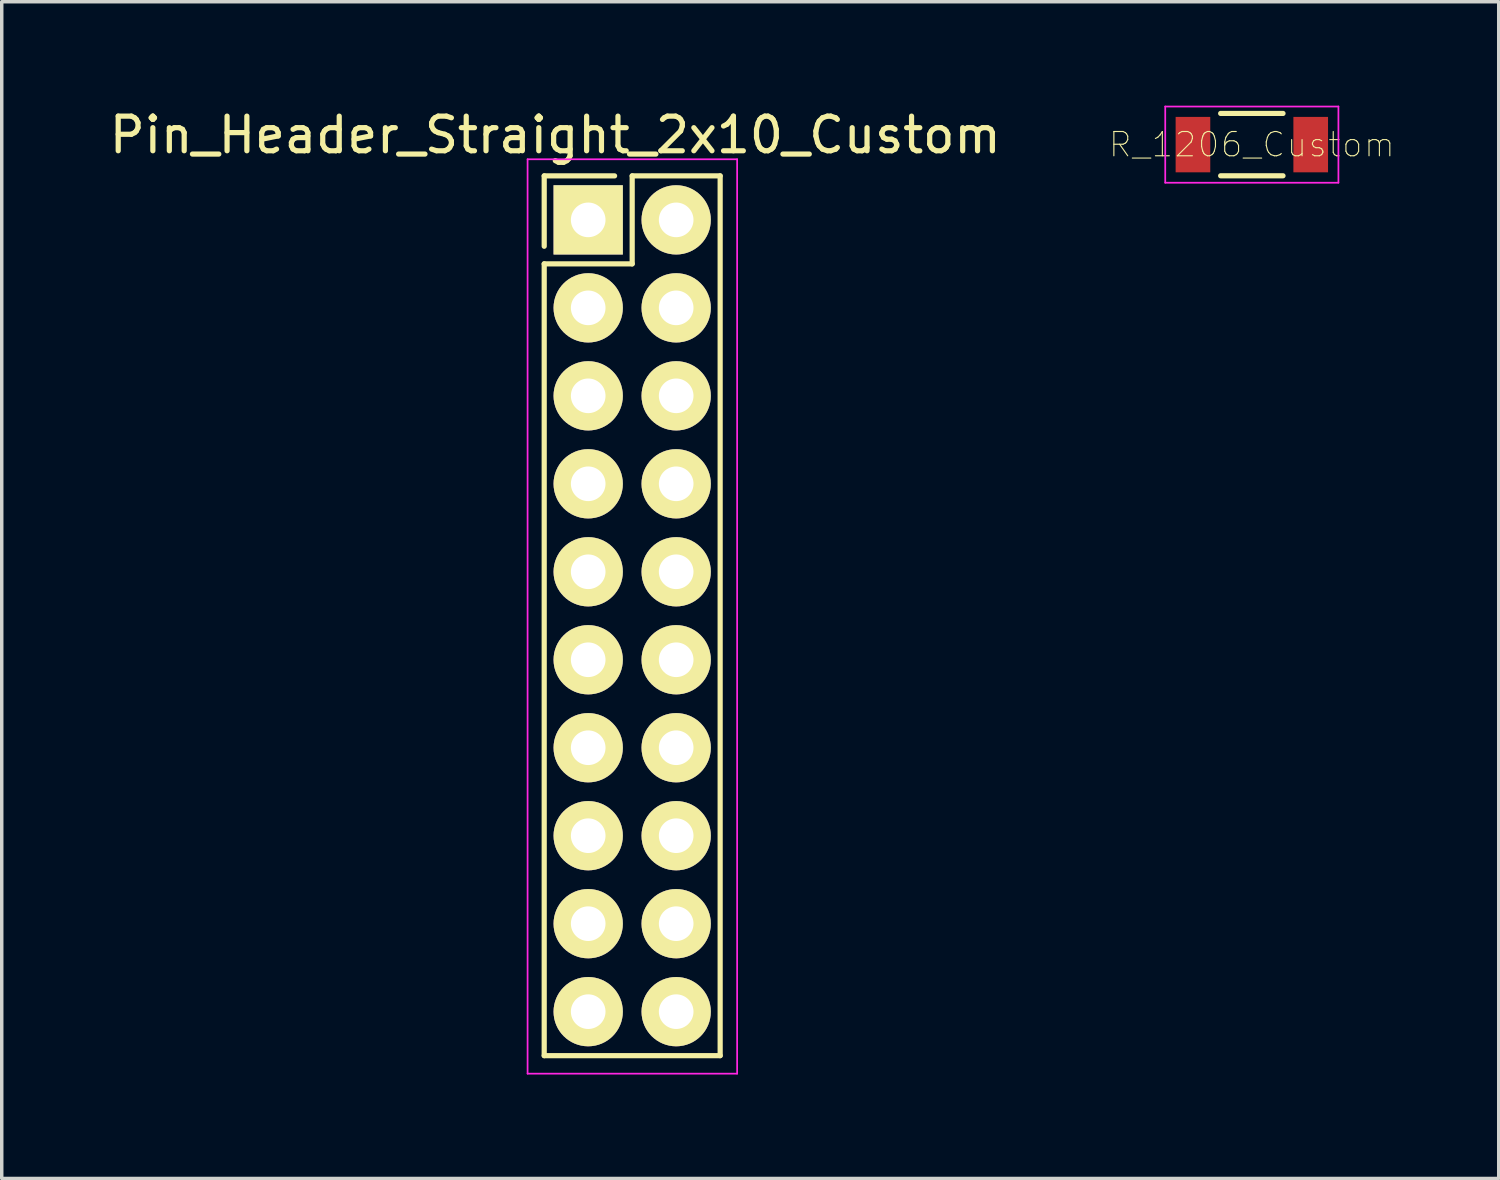
<source format=kicad_pcb>
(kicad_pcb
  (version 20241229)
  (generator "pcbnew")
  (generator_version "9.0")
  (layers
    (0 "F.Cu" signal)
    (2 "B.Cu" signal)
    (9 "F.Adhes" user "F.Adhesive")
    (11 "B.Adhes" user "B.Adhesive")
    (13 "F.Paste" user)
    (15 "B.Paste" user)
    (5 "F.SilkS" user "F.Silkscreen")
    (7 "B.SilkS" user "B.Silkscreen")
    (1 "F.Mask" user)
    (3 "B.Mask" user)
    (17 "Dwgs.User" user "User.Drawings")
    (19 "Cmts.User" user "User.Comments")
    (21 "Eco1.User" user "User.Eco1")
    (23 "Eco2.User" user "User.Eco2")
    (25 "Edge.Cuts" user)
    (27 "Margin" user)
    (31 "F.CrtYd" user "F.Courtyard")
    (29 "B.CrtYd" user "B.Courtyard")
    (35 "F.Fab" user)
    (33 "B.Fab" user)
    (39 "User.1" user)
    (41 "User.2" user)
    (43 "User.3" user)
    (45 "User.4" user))
  (footprint "Pin_Header_Straight_2x10_Custom"
    (layer "F.Cu")
    (at 13.932 3.298)
    (property "Reference" "Pin_Header_Straight_2x10_Custom" (at -0.95 -2.45 0) (layer "F.SilkS") (effects (font (size 1 1) (thickness 0.15))))
    (attr through_hole)
    (fp_line (start -1.27 -1.27) (end -1.27 0.762) (stroke (width 0.15) (type solid)) (layer "F.SilkS"))
    (fp_line (start -1.27 1.27) (end -1.27 24.13) (stroke (width 0.15) (type solid)) (layer "F.SilkS"))
    (fp_line (start 0.762 -1.27) (end -1.27 -1.27) (stroke (width 0.15) (type solid)) (layer "F.SilkS"))
    (fp_line (start 1.27 -1.27) (end 1.27 1.27) (stroke (width 0.15) (type solid)) (layer "F.SilkS"))
    (fp_line (start 1.27 1.27) (end -1.27 1.27) (stroke (width 0.15) (type solid)) (layer "F.SilkS"))
    (fp_line (start 3.81 -1.27) (end 1.27 -1.27) (stroke (width 0.15) (type solid)) (layer "F.SilkS"))
    (fp_line (start 3.81 24.13) (end -1.27 24.13) (stroke (width 0.15) (type solid)) (layer "F.SilkS"))
    (fp_line (start 3.81 24.13) (end 3.81 -1.27) (stroke (width 0.15) (type solid)) (layer "F.SilkS"))
    (fp_line (start -1.75 -1.75) (end -1.75 24.65) (stroke (width 0.05) (type solid)) (layer "F.CrtYd"))
    (fp_line (start -1.75 -1.75) (end 4.3 -1.75) (stroke (width 0.05) (type solid)) (layer "F.CrtYd"))
    (fp_line (start -1.75 24.65) (end 4.3 24.65) (stroke (width 0.05) (type solid)) (layer "F.CrtYd"))
    (fp_line (start 4.3 -1.75) (end 4.3 24.65) (stroke (width 0.05) (type solid)) (layer "F.CrtYd"))
    (pad "1" thru_hole rect (at 0 0) (size 2 2) (drill 1) (layers "*.Cu" "*.Mask" "F.SilkS"))
    (pad "2" thru_hole oval (at 2.54 0) (size 2 2) (drill 1) (layers "*.Cu" "*.Mask" "F.SilkS"))
    (pad "3" thru_hole oval (at 0 2.54) (size 2 2) (drill 1) (layers "*.Cu" "*.Mask" "F.SilkS"))
    (pad "4" thru_hole oval (at 2.54 2.54) (size 2 2) (drill 1) (layers "*.Cu" "*.Mask" "F.SilkS"))
    (pad "5" thru_hole oval (at 0 5.08) (size 2 2) (drill 1) (layers "*.Cu" "*.Mask" "F.SilkS"))
    (pad "6" thru_hole oval (at 2.54 5.08) (size 2 2) (drill 1) (layers "*.Cu" "*.Mask" "F.SilkS"))
    (pad "7" thru_hole oval (at 0 7.62) (size 2 2) (drill 1) (layers "*.Cu" "*.Mask" "F.SilkS"))
    (pad "8" thru_hole oval (at 2.54 7.62) (size 2 2) (drill 1) (layers "*.Cu" "*.Mask" "F.SilkS"))
    (pad "9" thru_hole oval (at 0 10.16) (size 2 2) (drill 1) (layers "*.Cu" "*.Mask" "F.SilkS"))
    (pad "10" thru_hole oval (at 2.54 10.16) (size 2 2) (drill 1) (layers "*.Cu" "*.Mask" "F.SilkS"))
    (pad "11" thru_hole oval (at 0 12.7) (size 2 2) (drill 1) (layers "*.Cu" "*.Mask" "F.SilkS"))
    (pad "12" thru_hole oval (at 2.54 12.7) (size 2 2) (drill 1) (layers "*.Cu" "*.Mask" "F.SilkS"))
    (pad "13" thru_hole oval (at 0 15.24) (size 2 2) (drill 1) (layers "*.Cu" "*.Mask" "F.SilkS"))
    (pad "14" thru_hole oval (at 2.54 15.24) (size 2 2) (drill 1) (layers "*.Cu" "*.Mask" "F.SilkS"))
    (pad "15" thru_hole oval (at 0 17.78) (size 2 2) (drill 1) (layers "*.Cu" "*.Mask" "F.SilkS"))
    (pad "16" thru_hole oval (at 2.54 17.78) (size 2 2) (drill 1) (layers "*.Cu" "*.Mask" "F.SilkS"))
    (pad "17" thru_hole oval (at 0 20.32) (size 2 2) (drill 1) (layers "*.Cu" "*.Mask" "F.SilkS"))
    (pad "18" thru_hole oval (at 2.54 20.32) (size 2 2) (drill 1) (layers "*.Cu" "*.Mask" "F.SilkS"))
    (pad "19" thru_hole oval (at 0 22.86) (size 2 2) (drill 1) (layers "*.Cu" "*.Mask" "F.SilkS"))
    (pad "20" thru_hole oval (at 2.54 22.86) (size 2 2) (drill 1) (layers "*.Cu" "*.Mask" "F.SilkS")))
  (footprint "R_1206_Custom"
    (layer "F.Cu")
    (at 33.092 1.125)
    (property "Reference" "R_1206_Custom" (at 0 0 0) (layer "F.SilkS") (effects (font (size 0.7 0.7) (thickness 0.032))))
    (attr smd)
    (fp_line (start -0.9 -0.9) (end 0.9 -0.9) (stroke (width 0.15) (type solid)) (layer "F.SilkS"))
    (fp_line (start -0.9 0.9) (end 0.9 0.9) (stroke (width 0.15) (type solid)) (layer "F.SilkS"))
    (fp_line (start -2.5 -1.1) (end -2.5 1.1) (stroke (width 0.05) (type solid)) (layer "F.CrtYd"))
    (fp_line (start -2.5 -1.1) (end 2.5 -1.1) (stroke (width 0.05) (type solid)) (layer "F.CrtYd"))
    (fp_line (start -2.5 1.1) (end 2.5 1.1) (stroke (width 0.05) (type solid)) (layer "F.CrtYd"))
    (fp_line (start 2.5 -1.1) (end 2.5 1.1) (stroke (width 0.05) (type solid)) (layer "F.CrtYd"))
    (pad "1" smd rect (at -1.7 0) (size 1 1.6) (layers "F.Cu" "F.Mask" "F.Paste"))
    (pad "2" smd rect (at 1.7 0) (size 1 1.6) (layers "F.Cu" "F.Mask" "F.Paste")))
  (gr_rect
    (start -3 -3)
    (end 40.22 30.973)
    (stroke (width 0.1) (type default))
    (fill no)
    (layer "Edge.Cuts")))
</source>
